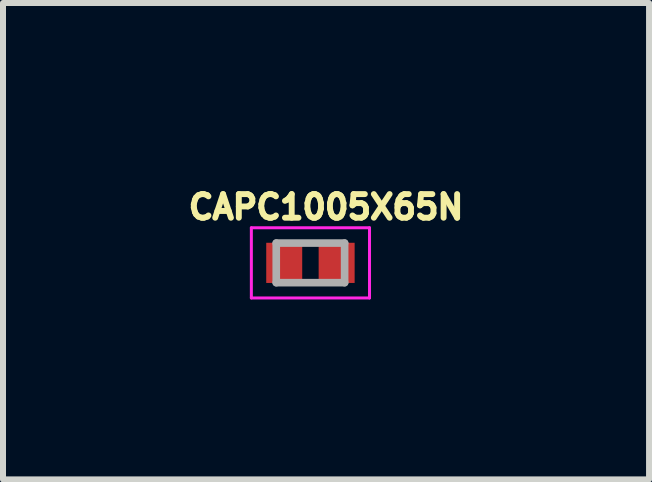
<source format=kicad_pcb>
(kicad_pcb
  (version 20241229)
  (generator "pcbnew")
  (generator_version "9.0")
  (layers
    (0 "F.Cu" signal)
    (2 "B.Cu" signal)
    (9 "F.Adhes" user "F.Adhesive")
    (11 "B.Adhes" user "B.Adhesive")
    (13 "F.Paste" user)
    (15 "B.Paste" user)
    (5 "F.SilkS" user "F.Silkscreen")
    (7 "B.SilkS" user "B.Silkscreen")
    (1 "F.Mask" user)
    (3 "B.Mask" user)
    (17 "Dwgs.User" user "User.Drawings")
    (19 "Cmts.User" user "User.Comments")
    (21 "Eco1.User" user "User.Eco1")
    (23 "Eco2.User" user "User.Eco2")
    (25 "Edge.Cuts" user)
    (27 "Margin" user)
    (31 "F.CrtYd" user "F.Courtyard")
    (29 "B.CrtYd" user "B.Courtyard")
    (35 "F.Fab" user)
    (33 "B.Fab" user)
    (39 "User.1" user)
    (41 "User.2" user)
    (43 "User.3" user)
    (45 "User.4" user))
  (footprint "CAPC1005X65N"
    (layer "F.Cu")
    (at 2.126 1.333)
    (property "Reference" "CAPC1005X65N" (at 0.26 -0.93 0) (layer "F.SilkS") (effects (font (size 0.394 0.394) (thickness 0.15))))
    (attr smd)
    (fp_line (start -0.985 -0.585) (end 0.985 -0.585) (stroke (width 0.05) (type solid)) (layer "F.CrtYd"))
    (fp_line (start -0.985 0.585) (end -0.985 -0.585) (stroke (width 0.05) (type solid)) (layer "F.CrtYd"))
    (fp_line (start -0.985 0.585) (end 0.985 0.585) (stroke (width 0.05) (type solid)) (layer "F.CrtYd"))
    (fp_line (start 0.985 0.585) (end 0.985 -0.585) (stroke (width 0.05) (type solid)) (layer "F.CrtYd"))
    (fp_line (start -0.57 0.33) (end -0.57 -0.33) (stroke (width 0.127) (type solid)) (layer "F.Fab"))
    (fp_line (start 0.57 -0.33) (end -0.57 -0.33) (stroke (width 0.127) (type solid)) (layer "F.Fab"))
    (fp_line (start 0.57 0.33) (end -0.57 0.33) (stroke (width 0.127) (type solid)) (layer "F.Fab"))
    (fp_line (start 0.57 0.33) (end 0.57 -0.33) (stroke (width 0.127) (type solid)) (layer "F.Fab"))
    (pad "1" smd rect (at -0.437 0) (size 0.6 0.67) (layers "F.Cu" "F.Mask" "F.Paste"))
    (pad "2" smd rect (at 0.437 0) (size 0.6 0.67) (layers "F.Cu" "F.Mask" "F.Paste")))
  (gr_rect
    (start -3 -3)
    (end 7.772 4.943)
    (stroke (width 0.1) (type default))
    (fill no)
    (layer "Edge.Cuts")))
</source>
